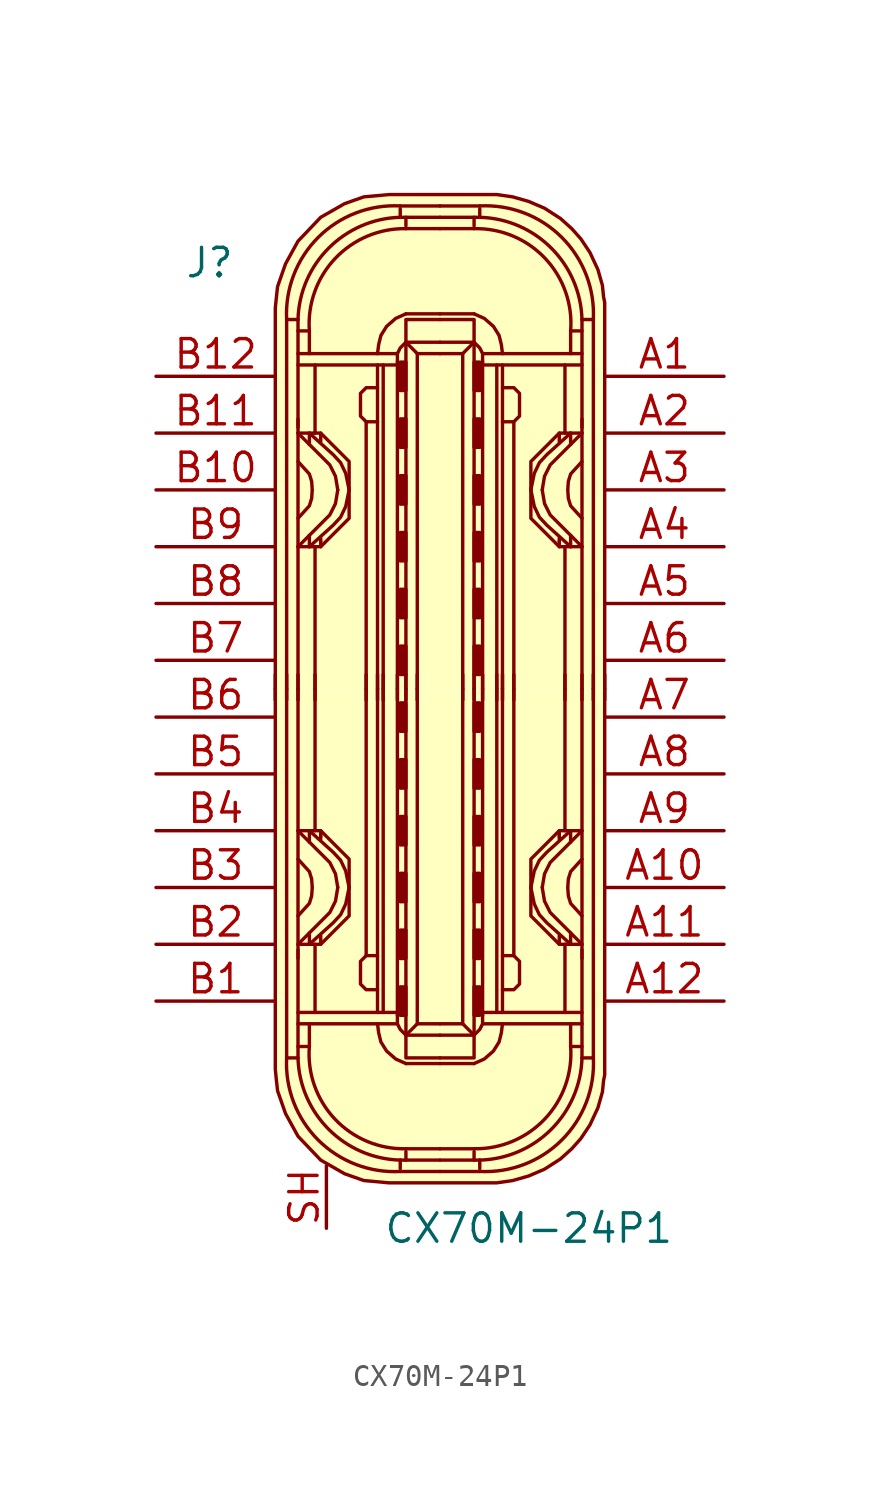
<source format=kicad_sym>
(kicad_symbol_lib
  (version 20220914)
  (generator kicad_symbol_editor)
  (symbol "CX70M-24P1"
    (pin_names
      (offset 1.016))
    (property "Reference" "J"
      (at -11.43 19.05 0)
      (effects (font (size 1.27 1.27)) (justify left)))
    (property "Value" "CX70M-24P1"
      (at -2.54 -24.13 0)
      (effects (font (size 1.27 1.27)) (justify left)))
    (symbol "CX70M-24P1_1_1"
      (arc (start -6.858 -16.51) (mid -5.4492 -20.1812) (end -1.778 -21.59) (stroke (width 0) (type solid)) (fill (type none)))
      (arc (start -6.35 -16.51) (mid -4.9749 -19.7069) (end -1.778 -21.082) (stroke (width 0) (type solid)) (fill (type none)))
      (arc (start -5.842 -16.002) (mid -4.6972 -19.2495) (end -1.524 -20.574) (stroke (width 0) (type solid)) (fill (type none)))
      (rectangle (start -1.778 -14.605) (end -1.524 -13.335) (stroke (width 0) (type solid)) (fill (type outline)))
      (rectangle (start -1.778 -12.065) (end -1.524 -10.795) (stroke (width 0) (type solid)) (fill (type outline)))
      (rectangle (start -1.778 -9.525) (end -1.524 -8.255) (stroke (width 0) (type solid)) (fill (type outline)))
      (rectangle (start -1.778 -6.985) (end -1.524 -5.715) (stroke (width 0) (type solid)) (fill (type outline)))
      (rectangle (start -1.778 -4.445) (end -1.524 -3.175) (stroke (width 0) (type solid)) (fill (type outline)))
      (rectangle (start -1.778 -1.905) (end -1.524 -0.635) (stroke (width 0) (type solid)) (fill (type outline)))
      (rectangle (start -1.778 1.905) (end -1.524 0.635) (stroke (width 0) (type solid)) (fill (type outline)))
      (rectangle (start -1.778 4.445) (end -1.524 3.175) (stroke (width 0) (type solid)) (fill (type outline)))
      (rectangle (start -1.778 6.985) (end -1.524 5.715) (stroke (width 0) (type solid)) (fill (type outline)))
      (rectangle (start -1.778 9.525) (end -1.524 8.255) (stroke (width 0) (type solid)) (fill (type outline)))
      (rectangle (start -1.778 12.065) (end -1.524 10.795) (stroke (width 0) (type solid)) (fill (type outline)))
      (rectangle (start -1.778 14.605) (end -1.524 13.335) (stroke (width 0) (type solid)) (fill (type outline)))
      (arc (start -1.778 21.082) (mid -4.9749 19.7069) (end -6.35 16.51) (stroke (width 0) (type solid)) (fill (type none)))
      (arc (start -1.778 21.59) (mid -5.4492 20.1812) (end -6.858 16.51) (stroke (width 0) (type solid)) (fill (type none)))
      (arc (start -1.524 20.574) (mid -4.6883 19.2412) (end -5.842 16.002) (stroke (width 0) (type solid)) (fill (type none)))
      (polyline (pts (xy -7.366 -0.508) (xy -7.366 0.635)) (stroke (width 0) (type solid)) (fill (type none)))
      (polyline (pts (xy -6.858 -0.508) (xy -6.858 0.635)) (stroke (width 0) (type solid)) (fill (type none)))
      (polyline (pts (xy -6.35 -14.986) (xy -1.905 -14.986)) (stroke (width 0) (type solid)) (fill (type none)))
      (polyline (pts (xy -6.35 -12.065) (xy -6.35 0)) (stroke (width 0) (type solid)) (fill (type none)))
      (polyline (pts (xy -6.35 -0.508) (xy -6.35 0.635)) (stroke (width 0) (type solid)) (fill (type none)))
      (polyline (pts (xy -6.35 12.065) (xy -6.35 0)) (stroke (width 0) (type solid)) (fill (type none)))
      (polyline (pts (xy -6.35 14.986) (xy -1.905 14.986)) (stroke (width 0) (type solid)) (fill (type none)))
      (polyline (pts (xy -5.842 -11.43) (xy -5.842 -10.922)) (stroke (width 0) (type solid)) (fill (type none)))
      (polyline (pts (xy -5.842 -6.35) (xy -5.842 -6.858)) (stroke (width 0) (type solid)) (fill (type none)))
      (polyline (pts (xy -5.842 6.35) (xy -5.842 6.858)) (stroke (width 0) (type solid)) (fill (type none)))
      (polyline (pts (xy -5.842 11.43) (xy -5.842 10.922)) (stroke (width 0) (type solid)) (fill (type none)))
      (polyline (pts (xy -5.588 -14.478) (xy -5.588 -11.43)) (stroke (width 0) (type solid)) (fill (type none)))
      (polyline (pts (xy -5.588 -6.35) (xy -5.588 0)) (stroke (width 0) (type solid)) (fill (type none)))
      (polyline (pts (xy -5.588 -0.508) (xy -5.588 0.635)) (stroke (width 0) (type solid)) (fill (type none)))
      (polyline (pts (xy -5.588 6.35) (xy -5.588 0)) (stroke (width 0) (type solid)) (fill (type none)))
      (polyline (pts (xy -5.588 14.478) (xy -5.588 11.43)) (stroke (width 0) (type solid)) (fill (type none)))
      (polyline (pts (xy -5.334 -11.43) (xy -5.334 -11.049)) (stroke (width 0) (type solid)) (fill (type none)))
      (polyline (pts (xy -5.334 -6.604) (xy -5.334 -6.731)) (stroke (width 0) (type solid)) (fill (type none)))
      (polyline (pts (xy -5.334 -6.35) (xy -5.334 -6.604)) (stroke (width 0) (type solid)) (fill (type none)))
      (polyline (pts (xy -5.334 6.35) (xy -5.334 6.604)) (stroke (width 0) (type solid)) (fill (type none)))
      (polyline (pts (xy -5.334 6.604) (xy -5.334 6.731)) (stroke (width 0) (type solid)) (fill (type none)))
      (polyline (pts (xy -5.334 11.43) (xy -5.334 11.049)) (stroke (width 0) (type solid)) (fill (type none)))
      (polyline (pts (xy -3.302 -0.508) (xy -3.302 0.635)) (stroke (width 0) (type solid)) (fill (type none)))
      (polyline (pts (xy -3.302 0) (xy -3.302 -11.938)) (stroke (width 0) (type solid)) (fill (type none)))
      (polyline (pts (xy -3.302 0) (xy -3.302 11.938)) (stroke (width 0) (type solid)) (fill (type none)))
      (polyline (pts (xy -2.794 -0.508) (xy -2.794 0.635)) (stroke (width 0) (type solid)) (fill (type none)))
      (polyline (pts (xy -2.794 0) (xy -2.794 -14.478)) (stroke (width 0) (type solid)) (fill (type none)))
      (polyline (pts (xy -2.794 0) (xy -2.794 14.478)) (stroke (width 0) (type solid)) (fill (type none)))
      (polyline (pts (xy -2.54 -14.478) (xy -2.54 0)) (stroke (width 0) (type solid)) (fill (type none)))
      (polyline (pts (xy -2.54 -0.508) (xy -2.54 0.635)) (stroke (width 0) (type solid)) (fill (type none)))
      (polyline (pts (xy -2.54 14.478) (xy -2.54 0)) (stroke (width 0) (type solid)) (fill (type none)))
      (polyline (pts (xy -1.905 -14.478) (xy -6.35 -14.478)) (stroke (width 0) (type solid)) (fill (type none)))
      (polyline (pts (xy -1.905 -0.508) (xy -1.905 0.635)) (stroke (width 0) (type solid)) (fill (type none)))
      (polyline (pts (xy -1.905 0) (xy -1.905 -14.605)) (stroke (width 0) (type solid)) (fill (type none)))
      (polyline (pts (xy -1.905 0) (xy -1.905 14.605)) (stroke (width 0) (type solid)) (fill (type none)))
      (polyline (pts (xy -1.905 14.478) (xy -6.35 14.478)) (stroke (width 0) (type solid)) (fill (type none)))
      (polyline (pts (xy -1.778 -21.59) (xy 0 -21.59)) (stroke (width 0) (type solid)) (fill (type background)))
      (polyline (pts (xy -1.778 -21.082) (xy -1.778 -21.463)) (stroke (width 0) (type solid)) (fill (type none)))
      (polyline (pts (xy -1.778 -21.082) (xy 0 -21.082)) (stroke (width 0) (type solid)) (fill (type none)))
      (polyline (pts (xy -1.778 21.082) (xy -1.778 21.463)) (stroke (width 0) (type solid)) (fill (type none)))
      (polyline (pts (xy -1.778 21.082) (xy 0 21.082)) (stroke (width 0) (type solid)) (fill (type none)))
      (polyline (pts (xy -1.778 21.59) (xy 0 21.59)) (stroke (width 0) (type solid)) (fill (type background)))
      (polyline (pts (xy -1.524 -20.701) (xy -1.524 -21.082)) (stroke (width 0) (type solid)) (fill (type none)))
      (polyline (pts (xy -1.524 -20.574) (xy 0 -20.574)) (stroke (width 0) (type solid)) (fill (type none)))
      (polyline (pts (xy -1.524 -0.508) (xy -1.524 0.635)) (stroke (width 0) (type solid)) (fill (type none)))
      (polyline (pts (xy -1.524 20.574) (xy 0 20.574)) (stroke (width 0) (type solid)) (fill (type none)))
      (polyline (pts (xy -1.524 20.701) (xy -1.524 21.082)) (stroke (width 0) (type solid)) (fill (type none)))
      (polyline (pts (xy -1.016 -14.986) (xy -1.524 -15.494)) (stroke (width 0) (type solid)) (fill (type none)))
      (polyline (pts (xy -1.016 -0.508) (xy -1.016 0.635)) (stroke (width 0) (type solid)) (fill (type none)))
      (polyline (pts (xy -1.016 14.986) (xy -1.524 15.494)) (stroke (width 0) (type solid)) (fill (type none)))
      (polyline (pts (xy 0 -16.764) (xy -1.524 -16.764)) (stroke (width 0) (type solid)) (fill (type none)))
      (polyline (pts (xy 0 -16.764) (xy 1.524 -16.764)) (stroke (width 0) (type solid)) (fill (type none)))
      (polyline (pts (xy 0 16.764) (xy -1.524 16.764)) (stroke (width 0) (type solid)) (fill (type none)))
      (polyline (pts (xy 0 16.764) (xy 1.524 16.764)) (stroke (width 0) (type solid)) (fill (type none)))
      (polyline (pts (xy 1.016 -14.986) (xy 1.524 -15.494)) (stroke (width 0) (type solid)) (fill (type none)))
      (polyline (pts (xy 1.016 -0.508) (xy 1.016 0.635)) (stroke (width 0) (type solid)) (fill (type none)))
      (polyline (pts (xy 1.016 14.986) (xy 1.524 15.494)) (stroke (width 0) (type solid)) (fill (type none)))
      (polyline (pts (xy 1.524 -20.701) (xy 1.524 -21.082)) (stroke (width 0) (type solid)) (fill (type none)))
      (polyline (pts (xy 1.524 -20.574) (xy 0 -20.574)) (stroke (width 0) (type solid)) (fill (type none)))
      (polyline (pts (xy 1.524 -0.508) (xy 1.524 0.635)) (stroke (width 0) (type solid)) (fill (type none)))
      (polyline (pts (xy 1.524 20.574) (xy 0 20.574)) (stroke (width 0) (type solid)) (fill (type none)))
      (polyline (pts (xy 1.524 20.701) (xy 1.524 21.082)) (stroke (width 0) (type solid)) (fill (type none)))
      (polyline (pts (xy 1.778 -21.59) (xy 0 -21.59)) (stroke (width 0) (type solid)) (fill (type background)))
      (polyline (pts (xy 1.778 -21.082) (xy 0 -21.082)) (stroke (width 0) (type solid)) (fill (type none)))
      (polyline (pts (xy 1.778 -21.082) (xy 1.778 -21.463)) (stroke (width 0) (type solid)) (fill (type none)))
      (polyline (pts (xy 1.778 21.082) (xy 0 21.082)) (stroke (width 0) (type solid)) (fill (type none)))
      (polyline (pts (xy 1.778 21.082) (xy 1.778 21.463)) (stroke (width 0) (type solid)) (fill (type none)))
      (polyline (pts (xy 1.778 21.59) (xy 0 21.59)) (stroke (width 0) (type solid)) (fill (type background)))
      (polyline (pts (xy 1.905 -14.478) (xy 6.35 -14.478)) (stroke (width 0) (type solid)) (fill (type none)))
      (polyline (pts (xy 1.905 -0.508) (xy 1.905 0.635)) (stroke (width 0) (type solid)) (fill (type none)))
      (polyline (pts (xy 1.905 0) (xy 1.905 -14.605)) (stroke (width 0) (type solid)) (fill (type none)))
      (polyline (pts (xy 1.905 0) (xy 1.905 14.605)) (stroke (width 0) (type solid)) (fill (type none)))
      (polyline (pts (xy 1.905 14.478) (xy 6.35 14.478)) (stroke (width 0) (type solid)) (fill (type none)))
      (polyline (pts (xy 2.54 -14.478) (xy 2.54 0)) (stroke (width 0) (type solid)) (fill (type none)))
      (polyline (pts (xy 2.54 -0.508) (xy 2.54 0.635)) (stroke (width 0) (type solid)) (fill (type none)))
      (polyline (pts (xy 2.54 14.478) (xy 2.54 0)) (stroke (width 0) (type solid)) (fill (type none)))
      (polyline (pts (xy 2.794 -0.508) (xy 2.794 0.635)) (stroke (width 0) (type solid)) (fill (type none)))
      (polyline (pts (xy 2.794 0) (xy 2.794 -14.478)) (stroke (width 0) (type solid)) (fill (type none)))
      (polyline (pts (xy 2.794 0) (xy 2.794 14.478)) (stroke (width 0) (type solid)) (fill (type none)))
      (polyline (pts (xy 3.302 -0.508) (xy 3.302 0.635)) (stroke (width 0) (type solid)) (fill (type none)))
      (polyline (pts (xy 3.302 0) (xy 3.302 -11.938)) (stroke (width 0) (type solid)) (fill (type none)))
      (polyline (pts (xy 3.302 0) (xy 3.302 11.938)) (stroke (width 0) (type solid)) (fill (type none)))
      (polyline (pts (xy 5.334 -11.43) (xy 5.334 -11.049)) (stroke (width 0) (type solid)) (fill (type none)))
      (polyline (pts (xy 5.334 -6.604) (xy 5.334 -6.731)) (stroke (width 0) (type solid)) (fill (type none)))
      (polyline (pts (xy 5.334 -6.35) (xy 5.334 -6.604)) (stroke (width 0) (type solid)) (fill (type none)))
      (polyline (pts (xy 5.334 6.35) (xy 5.334 6.604)) (stroke (width 0) (type solid)) (fill (type none)))
      (polyline (pts (xy 5.334 6.604) (xy 5.334 6.731)) (stroke (width 0) (type solid)) (fill (type none)))
      (polyline (pts (xy 5.334 11.43) (xy 5.334 11.049)) (stroke (width 0) (type solid)) (fill (type none)))
      (polyline (pts (xy 5.588 -14.478) (xy 5.588 -11.43)) (stroke (width 0) (type solid)) (fill (type none)))
      (polyline (pts (xy 5.588 -6.35) (xy 5.588 0)) (stroke (width 0) (type solid)) (fill (type none)))
      (polyline (pts (xy 5.588 -0.508) (xy 5.588 0.635)) (stroke (width 0) (type solid)) (fill (type none)))
      (polyline (pts (xy 5.588 6.35) (xy 5.588 0)) (stroke (width 0) (type solid)) (fill (type none)))
      (polyline (pts (xy 5.588 14.478) (xy 5.588 11.43)) (stroke (width 0) (type solid)) (fill (type none)))
      (polyline (pts (xy 5.842 -11.43) (xy 5.842 -10.922)) (stroke (width 0) (type solid)) (fill (type none)))
      (polyline (pts (xy 5.842 -6.35) (xy 5.842 -6.858)) (stroke (width 0) (type solid)) (fill (type none)))
      (polyline (pts (xy 5.842 6.35) (xy 5.842 6.858)) (stroke (width 0) (type solid)) (fill (type none)))
      (polyline (pts (xy 5.842 11.43) (xy 5.842 10.922)) (stroke (width 0) (type solid)) (fill (type none)))
      (polyline (pts (xy 6.35 -14.986) (xy 1.905 -14.986)) (stroke (width 0) (type solid)) (fill (type none)))
      (polyline (pts (xy 6.35 -12.065) (xy 6.35 0)) (stroke (width 0) (type solid)) (fill (type none)))
      (polyline (pts (xy 6.35 -0.508) (xy 6.35 0.635)) (stroke (width 0) (type solid)) (fill (type none)))
      (polyline (pts (xy 6.35 12.065) (xy 6.35 0)) (stroke (width 0) (type solid)) (fill (type none)))
      (polyline (pts (xy 6.35 14.986) (xy 1.905 14.986)) (stroke (width 0) (type solid)) (fill (type none)))
      (polyline (pts (xy 6.858 -0.508) (xy 6.858 0.635)) (stroke (width 0) (type solid)) (fill (type none)))
      (polyline (pts (xy 7.366 -0.508) (xy 7.366 0.635)) (stroke (width 0) (type solid)) (fill (type none)))
      (polyline (pts (xy -6.35 -16.51) (xy -6.858 -16.51) (xy -6.858 0)) (stroke (width 0) (type solid)) (fill (type none)))
      (polyline (pts (xy -6.35 -11.684) (xy -6.35 -15.875) (xy -6.35 -16.51)) (stroke (width 0) (type solid)) (fill (type none)))
      (polyline (pts (xy -6.35 11.684) (xy -6.35 15.875) (xy -6.35 16.51)) (stroke (width 0) (type solid)) (fill (type none)))
      (polyline (pts (xy -6.35 16.51) (xy -6.858 16.51) (xy -6.858 0)) (stroke (width 0) (type solid)) (fill (type none)))
      (polyline (pts (xy -5.842 -14.986) (xy -5.842 -16.002) (xy -6.35 -16.002)) (stroke (width 0) (type solid)) (fill (type none)))
      (polyline (pts (xy -5.842 14.986) (xy -5.842 16.002) (xy -6.35 16.002)) (stroke (width 0) (type solid)) (fill (type none)))
      (polyline (pts (xy -1.524 0) (xy -1.524 -15.494) (xy 0 -15.494)) (stroke (width 0) (type solid)) (fill (type none)))
      (polyline (pts (xy -1.524 0) (xy -1.524 15.494) (xy 0 15.494)) (stroke (width 0) (type solid)) (fill (type none)))
      (polyline (pts (xy -1.016 0) (xy -1.016 -14.986) (xy 0 -14.986)) (stroke (width 0) (type solid)) (fill (type none)))
      (polyline (pts (xy -1.016 0) (xy -1.016 14.986) (xy 0 14.986)) (stroke (width 0) (type solid)) (fill (type none)))
      (polyline (pts (xy 1.016 0) (xy 1.016 -14.986) (xy 0 -14.986)) (stroke (width 0) (type solid)) (fill (type none)))
      (polyline (pts (xy 1.016 0) (xy 1.016 14.986) (xy 0 14.986)) (stroke (width 0) (type solid)) (fill (type none)))
      (polyline (pts (xy 1.524 0) (xy 1.524 -15.494) (xy 0 -15.494)) (stroke (width 0) (type solid)) (fill (type none)))
      (polyline (pts (xy 1.524 0) (xy 1.524 15.494) (xy 0 15.494)) (stroke (width 0) (type solid)) (fill (type none)))
      (polyline (pts (xy 5.842 -14.986) (xy 5.842 -16.002) (xy 6.35 -16.002)) (stroke (width 0) (type solid)) (fill (type none)))
      (polyline (pts (xy 5.842 14.986) (xy 5.842 16.002) (xy 6.35 16.002)) (stroke (width 0) (type solid)) (fill (type none)))
      (polyline (pts (xy 6.35 -16.51) (xy 6.858 -16.51) (xy 6.858 0)) (stroke (width 0) (type solid)) (fill (type none)))
      (polyline (pts (xy 6.35 -11.684) (xy 6.35 -15.875) (xy 6.35 -16.51)) (stroke (width 0) (type solid)) (fill (type none)))
      (polyline (pts (xy 6.35 11.684) (xy 6.35 15.875) (xy 6.35 16.51)) (stroke (width 0) (type solid)) (fill (type none)))
      (polyline (pts (xy 6.35 16.51) (xy 6.858 16.51) (xy 6.858 0)) (stroke (width 0) (type solid)) (fill (type none)))
      (polyline (pts (xy -6.35 -11.43) (xy -4.928 -10.008) (xy -4.674 -9.5) (xy -4.572 -8.89)) (stroke (width 0) (type solid)) (fill (type none)))
      (polyline (pts (xy -6.35 -10.16) (xy -5.842 -9.601) (xy -5.74 -9.271) (xy -5.715 -8.915)) (stroke (width 0) (type solid)) (fill (type none)))
      (polyline (pts (xy -6.35 -7.62) (xy -5.842 -8.179) (xy -5.74 -8.509) (xy -5.715 -8.865)) (stroke (width 0) (type solid)) (fill (type none)))
      (polyline (pts (xy -6.35 -6.35) (xy -4.928 -7.772) (xy -4.674 -8.28) (xy -4.572 -8.89)) (stroke (width 0) (type solid)) (fill (type none)))
      (polyline (pts (xy -6.35 6.35) (xy -4.928 7.772) (xy -4.674 8.28) (xy -4.572 8.89)) (stroke (width 0) (type solid)) (fill (type none)))
      (polyline (pts (xy -6.35 7.62) (xy -5.842 8.179) (xy -5.74 8.509) (xy -5.715 8.865)) (stroke (width 0) (type solid)) (fill (type none)))
      (polyline (pts (xy -6.35 10.16) (xy -5.842 9.601) (xy -5.74 9.271) (xy -5.715 8.915)) (stroke (width 0) (type solid)) (fill (type none)))
      (polyline (pts (xy -6.35 11.43) (xy -4.928 10.008) (xy -4.674 9.5) (xy -4.572 8.89)) (stroke (width 0) (type solid)) (fill (type none)))
      (polyline (pts (xy -1.905 -14.605) (xy -1.905 -14.986) (xy -1.778 -15.24) (xy -1.524 -15.494)) (stroke (width 0) (type solid)) (fill (type none)))
      (polyline (pts (xy -1.905 14.605) (xy -1.905 14.986) (xy -1.778 15.24) (xy -1.524 15.494)) (stroke (width 0) (type solid)) (fill (type none)))
      (polyline (pts (xy 0 -16.51) (xy -1.397 -16.51) (xy -1.524 -16.51) (xy -1.524 -15.494)) (stroke (width 0) (type solid)) (fill (type none)))
      (polyline (pts (xy 0 -16.51) (xy 1.397 -16.51) (xy 1.524 -16.51) (xy 1.524 -15.494)) (stroke (width 0) (type solid)) (fill (type none)))
      (polyline (pts (xy 0 16.51) (xy -1.397 16.51) (xy -1.524 16.51) (xy -1.524 15.494)) (stroke (width 0) (type solid)) (fill (type none)))
      (polyline (pts (xy 0 16.51) (xy 1.397 16.51) (xy 1.524 16.51) (xy 1.524 15.494)) (stroke (width 0) (type solid)) (fill (type none)))
      (polyline (pts (xy 1.905 -14.605) (xy 1.905 -14.986) (xy 1.778 -15.24) (xy 1.524 -15.494)) (stroke (width 0) (type solid)) (fill (type none)))
      (polyline (pts (xy 1.905 14.605) (xy 1.905 14.986) (xy 1.778 15.24) (xy 1.524 15.494)) (stroke (width 0) (type solid)) (fill (type none)))
      (polyline (pts (xy 6.35 -11.43) (xy 4.928 -10.008) (xy 4.674 -9.5) (xy 4.572 -8.89)) (stroke (width 0) (type solid)) (fill (type none)))
      (polyline (pts (xy 6.35 -10.16) (xy 5.842 -9.601) (xy 5.74 -9.271) (xy 5.715 -8.915)) (stroke (width 0) (type solid)) (fill (type none)))
      (polyline (pts (xy 6.35 -7.62) (xy 5.842 -8.179) (xy 5.74 -8.509) (xy 5.715 -8.865)) (stroke (width 0) (type solid)) (fill (type none)))
      (polyline (pts (xy 6.35 -6.35) (xy 4.928 -7.772) (xy 4.674 -8.28) (xy 4.572 -8.89)) (stroke (width 0) (type solid)) (fill (type none)))
      (polyline (pts (xy 6.35 6.35) (xy 4.928 7.772) (xy 4.674 8.28) (xy 4.572 8.89)) (stroke (width 0) (type solid)) (fill (type none)))
      (polyline (pts (xy 6.35 7.62) (xy 5.842 8.179) (xy 5.74 8.509) (xy 5.715 8.865)) (stroke (width 0) (type solid)) (fill (type none)))
      (polyline (pts (xy 6.35 10.16) (xy 5.842 9.601) (xy 5.74 9.271) (xy 5.715 8.915)) (stroke (width 0) (type solid)) (fill (type none)))
      (polyline (pts (xy 6.35 11.43) (xy 4.928 10.008) (xy 4.674 9.5) (xy 4.572 8.89)) (stroke (width 0) (type solid)) (fill (type none)))
      (polyline (pts (xy -5.842 -11.43) (xy -4.775 -10.465) (xy -4.445 -10.109) (xy -4.216 -9.627) (xy -4.064 -8.89)) (stroke (width 0) (type solid)) (fill (type none)))
      (polyline (pts (xy -5.842 -6.35) (xy -4.775 -7.315) (xy -4.445 -7.671) (xy -4.216 -8.153) (xy -4.064 -8.89)) (stroke (width 0) (type solid)) (fill (type none)))
      (polyline (pts (xy -5.842 6.35) (xy -4.775 7.315) (xy -4.445 7.671) (xy -4.216 8.153) (xy -4.064 8.89)) (stroke (width 0) (type solid)) (fill (type none)))
      (polyline (pts (xy -5.842 11.43) (xy -4.775 10.465) (xy -4.445 10.109) (xy -4.216 9.627) (xy -4.064 8.89)) (stroke (width 0) (type solid)) (fill (type none)))
      (polyline (pts (xy 5.842 -11.43) (xy 4.775 -10.465) (xy 4.445 -10.109) (xy 4.216 -9.627) (xy 4.064 -8.89)) (stroke (width 0) (type solid)) (fill (type none)))
      (polyline (pts (xy 5.842 -6.35) (xy 4.775 -7.315) (xy 4.445 -7.671) (xy 4.216 -8.153) (xy 4.064 -8.89)) (stroke (width 0) (type solid)) (fill (type none)))
      (polyline (pts (xy 5.842 6.35) (xy 4.775 7.315) (xy 4.445 7.671) (xy 4.216 8.153) (xy 4.064 8.89)) (stroke (width 0) (type solid)) (fill (type none)))
      (polyline (pts (xy 5.842 11.43) (xy 4.775 10.465) (xy 4.445 10.109) (xy 4.216 9.627) (xy 4.064 8.89)) (stroke (width 0) (type solid)) (fill (type none)))
      (polyline (pts (xy -6.35 -11.43) (xy -5.334 -11.43) (xy -4.064 -10.16) (xy -4.064 -7.62) (xy -5.334 -6.35) (xy -6.35 -6.35)) (stroke (width 0) (type solid)) (fill (type none)))
      (polyline (pts (xy -6.35 11.43) (xy -5.334 11.43) (xy -4.064 10.16) (xy -4.064 7.62) (xy -5.334 6.35) (xy -6.35 6.35)) (stroke (width 0) (type solid)) (fill (type none)))
      (polyline (pts (xy -2.794 -14.986) (xy -2.743 -15.392) (xy -2.642 -15.799) (xy -2.388 -16.205) (xy -1.981 -16.561) (xy -1.524 -16.764)) (stroke (width 0) (type solid)) (fill (type none)))
      (polyline (pts (xy -2.794 -13.462) (xy -3.302 -13.462) (xy -3.556 -13.208) (xy -3.556 -12.192) (xy -3.302 -11.938) (xy -2.794 -11.938)) (stroke (width 0) (type solid)) (fill (type none)))
      (polyline (pts (xy -2.794 13.462) (xy -3.302 13.462) (xy -3.556 13.208) (xy -3.556 12.192) (xy -3.302 11.938) (xy -2.794 11.938)) (stroke (width 0) (type solid)) (fill (type none)))
      (polyline (pts (xy -2.794 14.986) (xy -2.743 15.392) (xy -2.642 15.799) (xy -2.388 16.205) (xy -1.981 16.561) (xy -1.524 16.764)) (stroke (width 0) (type solid)) (fill (type none)))
      (polyline (pts (xy 2.794 -14.986) (xy 2.743 -15.392) (xy 2.642 -15.799) (xy 2.388 -16.205) (xy 1.981 -16.561) (xy 1.524 -16.764)) (stroke (width 0) (type solid)) (fill (type none)))
      (polyline (pts (xy 2.794 -13.462) (xy 3.302 -13.462) (xy 3.556 -13.208) (xy 3.556 -12.192) (xy 3.302 -11.938) (xy 2.794 -11.938)) (stroke (width 0) (type solid)) (fill (type none)))
      (polyline (pts (xy 2.794 13.462) (xy 3.302 13.462) (xy 3.556 13.208) (xy 3.556 12.192) (xy 3.302 11.938) (xy 2.794 11.938)) (stroke (width 0) (type solid)) (fill (type none)))
      (polyline (pts (xy 2.794 14.986) (xy 2.743 15.392) (xy 2.642 15.799) (xy 2.388 16.205) (xy 1.981 16.561) (xy 1.524 16.764)) (stroke (width 0) (type solid)) (fill (type none)))
      (polyline (pts (xy 6.35 -11.43) (xy 5.334 -11.43) (xy 4.064 -10.16) (xy 4.064 -7.62) (xy 5.334 -6.35) (xy 6.35 -6.35)) (stroke (width 0) (type solid)) (fill (type none)))
      (polyline (pts (xy 6.35 11.43) (xy 5.334 11.43) (xy 4.064 10.16) (xy 4.064 7.62) (xy 5.334 6.35) (xy 6.35 6.35)) (stroke (width 0) (type solid)) (fill (type none)))
      (polyline (pts (xy 7.366 0) (xy 7.366 -17.018) (xy 7.366 -17.272) (xy 7.315 -17.526) (xy 7.264 -18.034) (xy 7.061 -18.745) (xy 6.706 -19.507) (xy 6.299 -20.117) (xy 5.893 -20.574) (xy 5.385 -21.031) (xy 4.674 -21.488) (xy 3.962 -21.793) (xy 3.251 -21.996) (xy 2.54 -22.098) (xy -2.286 -22.098) (xy -3.404 -21.996) (xy -4.267 -21.692) (xy -5.334 -21.082) (xy -6.35 -20.015) (xy -6.909 -18.999) (xy -7.264 -17.983) (xy -7.315 -17.526) (xy -7.366 -17.018) (xy -7.366 0)) (stroke (width 0) (type solid)) (fill (type background)))
      (polyline (pts (xy 7.366 0) (xy 7.366 17.018) (xy 7.366 17.272) (xy 7.315 17.526) (xy 7.264 18.034) (xy 7.061 18.745) (xy 6.706 19.507) (xy 6.299 20.117) (xy 5.893 20.574) (xy 5.385 21.031) (xy 4.674 21.488) (xy 3.962 21.793) (xy 3.251 21.996) (xy 2.54 22.098) (xy -2.286 22.098) (xy -3.404 21.996) (xy -4.267 21.692) (xy -5.334 21.082) (xy -6.35 20.015) (xy -6.909 18.999) (xy -7.264 17.983) (xy -7.315 17.526) (xy -7.366 17.018) (xy -7.366 0)) (stroke (width 0) (type solid)) (fill (type background)))
      (arc (start 1.524 -20.574) (mid 4.6883 -19.2412) (end 5.842 -16.002) (stroke (width 0) (type solid)) (fill (type none)))
      (arc (start 1.778 -21.59) (mid 5.4492 -20.1812) (end 6.858 -16.51) (stroke (width 0) (type solid)) (fill (type none)))
      (arc (start 1.778 -21.082) (mid 4.9749 -19.7069) (end 6.35 -16.51) (stroke (width 0) (type solid)) (fill (type none)))
      (rectangle (start 1.778 -14.605) (end 1.524 -13.335) (stroke (width 0) (type solid)) (fill (type outline)))
      (rectangle (start 1.778 -12.065) (end 1.524 -10.795) (stroke (width 0) (type solid)) (fill (type outline)))
      (rectangle (start 1.778 -9.525) (end 1.524 -8.255) (stroke (width 0) (type solid)) (fill (type outline)))
      (rectangle (start 1.778 -6.985) (end 1.524 -5.715) (stroke (width 0) (type solid)) (fill (type outline)))
      (rectangle (start 1.778 -4.445) (end 1.524 -3.175) (stroke (width 0) (type solid)) (fill (type outline)))
      (rectangle (start 1.778 -1.905) (end 1.524 -0.635) (stroke (width 0) (type solid)) (fill (type outline)))
      (rectangle (start 1.778 1.905) (end 1.524 0.635) (stroke (width 0) (type solid)) (fill (type outline)))
      (rectangle (start 1.778 4.445) (end 1.524 3.175) (stroke (width 0) (type solid)) (fill (type outline)))
      (rectangle (start 1.778 6.985) (end 1.524 5.715) (stroke (width 0) (type solid)) (fill (type outline)))
      (rectangle (start 1.778 9.525) (end 1.524 8.255) (stroke (width 0) (type solid)) (fill (type outline)))
      (rectangle (start 1.778 12.065) (end 1.524 10.795) (stroke (width 0) (type solid)) (fill (type outline)))
      (rectangle (start 1.778 14.605) (end 1.524 13.335) (stroke (width 0) (type solid)) (fill (type outline)))
      (arc (start 5.842 16.002) (mid 4.6972 19.2495) (end 1.524 20.574) (stroke (width 0) (type solid)) (fill (type none)))
      (arc (start 6.35 16.51) (mid 4.9749 19.7069) (end 1.778 21.082) (stroke (width 0) (type solid)) (fill (type none)))
      (arc (start 6.858 16.51) (mid 5.4492 20.1812) (end 1.778 21.59) (stroke (width 0) (type solid)) (fill (type none)))
      (pin passive line (at 12.7 13.97 180) (length 5.334) (name "~" (effects (font (size 1.27 1.27)))) (number "A1" (effects (font (size 1.27 1.27)))))
      (pin passive line (at 12.7 -8.89 180) (length 5.334) (name "~" (effects (font (size 1.27 1.27)))) (number "A10" (effects (font (size 1.27 1.27)))))
      (pin passive line (at 12.7 -11.43 180) (length 5.334) (name "~" (effects (font (size 1.27 1.27)))) (number "A11" (effects (font (size 1.27 1.27)))))
      (pin passive line (at 12.7 -13.97 180) (length 5.334) (name "~" (effects (font (size 1.27 1.27)))) (number "A12" (effects (font (size 1.27 1.27)))))
      (pin passive line (at 12.7 11.43 180) (length 5.334) (name "~" (effects (font (size 1.27 1.27)))) (number "A2" (effects (font (size 1.27 1.27)))))
      (pin passive line (at 12.7 8.89 180) (length 5.334) (name "~" (effects (font (size 1.27 1.27)))) (number "A3" (effects (font (size 1.27 1.27)))))
      (pin passive line (at 12.7 6.35 180) (length 5.334) (name "~" (effects (font (size 1.27 1.27)))) (number "A4" (effects (font (size 1.27 1.27)))))
      (pin passive line (at 12.7 3.81 180) (length 5.334) (name "~" (effects (font (size 1.27 1.27)))) (number "A5" (effects (font (size 1.27 1.27)))))
      (pin passive line (at 12.7 1.27 180) (length 5.334) (name "~" (effects (font (size 1.27 1.27)))) (number "A6" (effects (font (size 1.27 1.27)))))
      (pin passive line (at 12.7 -1.27 180) (length 5.334) (name "~" (effects (font (size 1.27 1.27)))) (number "A7" (effects (font (size 1.27 1.27)))))
      (pin passive line (at 12.7 -3.81 180) (length 5.334) (name "~" (effects (font (size 1.27 1.27)))) (number "A8" (effects (font (size 1.27 1.27)))))
      (pin passive line (at 12.7 -6.35 180) (length 5.334) (name "~" (effects (font (size 1.27 1.27)))) (number "A9" (effects (font (size 1.27 1.27)))))
      (pin passive line (at -12.7 -13.97 0) (length 5.334) (name "~" (effects (font (size 1.27 1.27)))) (number "B1" (effects (font (size 1.27 1.27)))))
      (pin passive line (at -12.7 8.89 0) (length 5.334) (name "~" (effects (font (size 1.27 1.27)))) (number "B10" (effects (font (size 1.27 1.27)))))
      (pin passive line (at -12.7 11.43 0) (length 5.334) (name "~" (effects (font (size 1.27 1.27)))) (number "B11" (effects (font (size 1.27 1.27)))))
      (pin passive line (at -12.7 13.97 0) (length 5.334) (name "~" (effects (font (size 1.27 1.27)))) (number "B12" (effects (font (size 1.27 1.27)))))
      (pin passive line (at -12.7 -11.43 0) (length 5.334) (name "~" (effects (font (size 1.27 1.27)))) (number "B2" (effects (font (size 1.27 1.27)))))
      (pin passive line (at -12.7 -8.89 0) (length 5.334) (name "~" (effects (font (size 1.27 1.27)))) (number "B3" (effects (font (size 1.27 1.27)))))
      (pin passive line (at -12.7 -6.35 0) (length 5.334) (name "~" (effects (font (size 1.27 1.27)))) (number "B4" (effects (font (size 1.27 1.27)))))
      (pin passive line (at -12.7 -3.81 0) (length 5.334) (name "~" (effects (font (size 1.27 1.27)))) (number "B5" (effects (font (size 1.27 1.27)))))
      (pin passive line (at -12.7 -1.27 0) (length 5.334) (name "~" (effects (font (size 1.27 1.27)))) (number "B6" (effects (font (size 1.27 1.27)))))
      (pin passive line (at -12.7 1.27 0) (length 5.334) (name "~" (effects (font (size 1.27 1.27)))) (number "B7" (effects (font (size 1.27 1.27)))))
      (pin passive line (at -12.7 3.81 0) (length 5.334) (name "~" (effects (font (size 1.27 1.27)))) (number "B8" (effects (font (size 1.27 1.27)))))
      (pin passive line (at -12.7 6.35 0) (length 5.334) (name "~" (effects (font (size 1.27 1.27)))) (number "B9" (effects (font (size 1.27 1.27)))))
      (pin input line (at -5.08 -24.13 90) (length 2.794) (name "~" (effects (font (size 1.27 1.27)))) (number "SH" (effects (font (size 1.27 1.27))))))))
</source>
